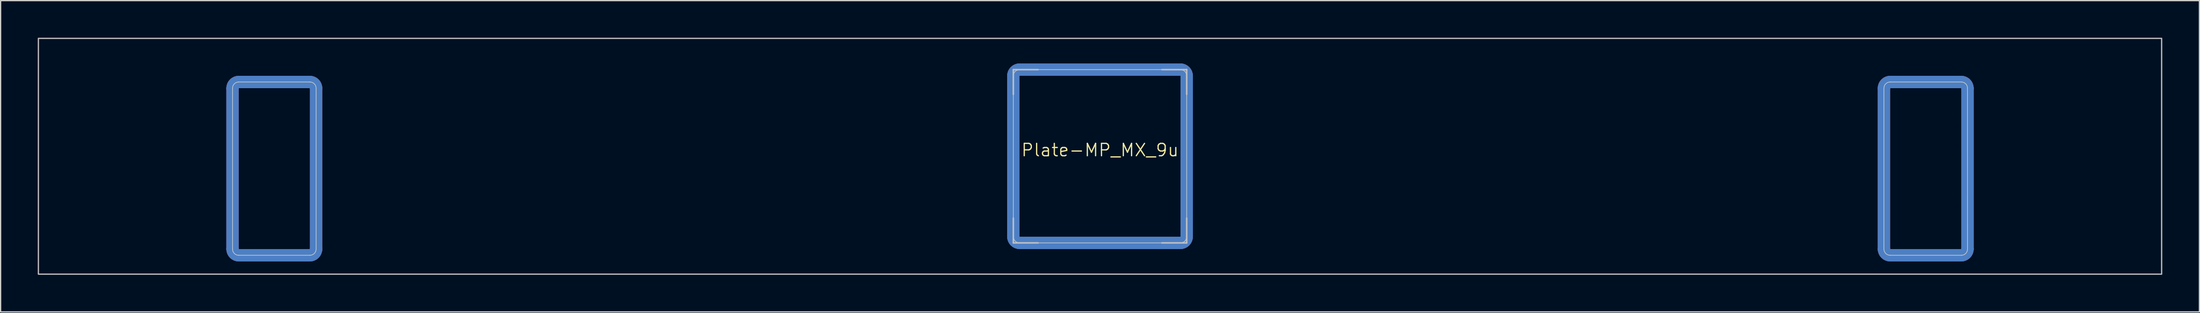
<source format=kicad_pcb>
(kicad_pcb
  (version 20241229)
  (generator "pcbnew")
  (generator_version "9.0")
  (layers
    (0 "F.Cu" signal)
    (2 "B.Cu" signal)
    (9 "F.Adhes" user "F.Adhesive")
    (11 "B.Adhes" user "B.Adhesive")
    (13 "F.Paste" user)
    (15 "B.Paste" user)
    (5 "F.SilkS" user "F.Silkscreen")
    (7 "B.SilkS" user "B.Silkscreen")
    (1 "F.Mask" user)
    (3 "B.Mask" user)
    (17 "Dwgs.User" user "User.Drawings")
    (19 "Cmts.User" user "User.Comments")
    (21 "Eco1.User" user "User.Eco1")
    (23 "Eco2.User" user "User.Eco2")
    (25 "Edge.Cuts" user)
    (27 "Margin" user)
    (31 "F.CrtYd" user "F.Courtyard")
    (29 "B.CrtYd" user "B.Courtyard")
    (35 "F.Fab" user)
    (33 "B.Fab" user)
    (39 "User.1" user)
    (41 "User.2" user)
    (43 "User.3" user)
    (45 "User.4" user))
  (footprint "Plate-MP_MX_9u"
    (layer "F.Cu")
    (at 85.775 9.575)
    (property "Reference" "Plate-MP_MX_9u" (at 0 -0.5 0) (unlocked yes) (layer "F.SilkS") (effects (font (size 1 1) (thickness 0.1))))
    (attr exclude_from_pos_files exclude_from_bom allow_missing_courtyard)
    (fp_line (start -70.05 -5.5) (end -70.05 7.5) (stroke (width 1) (type solid)) (layer "F.Cu"))
    (fp_line (start -63.8 -6) (end -69.55 -6) (stroke (width 1) (type solid)) (layer "F.Cu"))
    (fp_line (start -63.8 8) (end -69.55 8) (stroke (width 1) (type solid)) (layer "F.Cu"))
    (fp_line (start -63.3 -5.5) (end -63.3 7.5) (stroke (width 1) (type solid)) (layer "F.Cu"))
    (fp_line (start -7 -6.5) (end -7 6.5) (stroke (width 1) (type solid)) (layer "F.Cu"))
    (fp_line (start -6.5 7) (end 6.5 7) (stroke (width 1) (type solid)) (layer "F.Cu"))
    (fp_line (start 6.5 -7) (end -6.5 -7) (stroke (width 1) (type solid)) (layer "F.Cu"))
    (fp_line (start 7 6.5) (end 7 -6.5) (stroke (width 1) (type solid)) (layer "F.Cu"))
    (fp_line (start 63.3 -5.5) (end 63.3 7.5) (stroke (width 1) (type solid)) (layer "F.Cu"))
    (fp_line (start 69.55 -6) (end 63.8 -6) (stroke (width 1) (type solid)) (layer "F.Cu"))
    (fp_line (start 69.55 8) (end 63.8 8) (stroke (width 1) (type solid)) (layer "F.Cu"))
    (fp_line (start 70.05 -5.5) (end 70.05 7.5) (stroke (width 1) (type solid)) (layer "F.Cu"))
    (fp_arc (start -70.05 -5.499999) (mid -69.903553 -5.853552) (end -69.55 -5.999999) (stroke (width 1) (type solid)) (layer "F.Cu"))
    (fp_arc (start -69.55 8.000001) (mid -69.903554 7.853555) (end -70.05 7.500001) (stroke (width 1) (type solid)) (layer "F.Cu"))
    (fp_arc (start -63.8 -5.999999) (mid -63.446447 -5.853552) (end -63.3 -5.499999) (stroke (width 1) (type solid)) (layer "F.Cu"))
    (fp_arc (start -63.3 7.500001) (mid -63.446447 7.853554) (end -63.8 8.000001) (stroke (width 1) (type solid)) (layer "F.Cu"))
    (fp_arc (start -7 -6.5) (mid -6.853554 -6.853554) (end -6.5 -7) (stroke (width 1) (type solid)) (layer "F.Cu"))
    (fp_arc (start -6.497236 6.998884) (mid -6.85079 6.852438) (end -6.997236 6.498884) (stroke (width 1) (type solid)) (layer "F.Cu"))
    (fp_arc (start 6.5 -7) (mid 6.853554 -6.853554) (end 7 -6.5) (stroke (width 1) (type solid)) (layer "F.Cu"))
    (fp_arc (start 7 6.5) (mid 6.853554 6.853554) (end 6.5 7) (stroke (width 1) (type solid)) (layer "F.Cu"))
    (fp_arc (start 63.3 -5.499999) (mid 63.446447 -5.853552) (end 63.8 -5.999999) (stroke (width 1) (type solid)) (layer "F.Cu"))
    (fp_arc (start 63.8 8.000001) (mid 63.446446 7.853555) (end 63.3 7.500001) (stroke (width 1) (type solid)) (layer "F.Cu"))
    (fp_arc (start 69.55 -5.999999) (mid 69.903553 -5.853552) (end 70.05 -5.499999) (stroke (width 1) (type solid)) (layer "F.Cu"))
    (fp_arc (start 70.05 7.500001) (mid 69.903553 7.853554) (end 69.55 8.000001) (stroke (width 1) (type solid)) (layer "F.Cu"))
    (fp_line (start -70.05 -5.5) (end -70.05 7.5) (stroke (width 1.1) (type solid)) (layer "F.Mask"))
    (fp_line (start -69.55 -6) (end -63.8 -6) (stroke (width 1.1) (type solid)) (layer "F.Mask"))
    (fp_line (start -69.55 8) (end -63.8 8) (stroke (width 1.1) (type solid)) (layer "F.Mask"))
    (fp_line (start -63.3 -5.5) (end -63.3 7.5) (stroke (width 1.1) (type solid)) (layer "F.Mask"))
    (fp_line (start -7 -6.5) (end -7 6.5) (stroke (width 1.1) (type solid)) (layer "F.Mask"))
    (fp_line (start -6.5 7) (end 6.5 7) (stroke (width 1.1) (type solid)) (layer "F.Mask"))
    (fp_line (start 6.5 -7) (end -6.5 -7) (stroke (width 1.1) (type solid)) (layer "F.Mask"))
    (fp_line (start 7 6.5) (end 7 -6.5) (stroke (width 1.1) (type solid)) (layer "F.Mask"))
    (fp_line (start 63.3 -5.5) (end 63.3 7.5) (stroke (width 1.1) (type solid)) (layer "F.Mask"))
    (fp_line (start 63.8 -6) (end 69.55 -6) (stroke (width 1.1) (type solid)) (layer "F.Mask"))
    (fp_line (start 63.8 8) (end 69.55 8) (stroke (width 1.1) (type solid)) (layer "F.Mask"))
    (fp_line (start 70.05 -5.5) (end 70.05 7.5) (stroke (width 1.1) (type solid)) (layer "F.Mask"))
    (fp_arc (start -70.05 -5.499999) (mid -69.903553 -5.853552) (end -69.55 -5.999999) (stroke (width 1.1) (type solid)) (layer "F.Mask"))
    (fp_arc (start -69.55 8.000001) (mid -69.903553 7.853554) (end -70.05 7.500001) (stroke (width 1.1) (type solid)) (layer "F.Mask"))
    (fp_arc (start -63.8 -5.999999) (mid -63.446447 -5.853552) (end -63.3 -5.499999) (stroke (width 1.1) (type solid)) (layer "F.Mask"))
    (fp_arc (start -63.3 7.500001) (mid -63.446447 7.853554) (end -63.8 8.000001) (stroke (width 1.1) (type solid)) (layer "F.Mask"))
    (fp_arc (start -7 -6.5) (mid -6.853554 -6.853554) (end -6.5 -7) (stroke (width 1.1) (type solid)) (layer "F.Mask"))
    (fp_arc (start -6.497236 6.998884) (mid -6.85079 6.852438) (end -6.997236 6.498884) (stroke (width 1.1) (type solid)) (layer "F.Mask"))
    (fp_arc (start 6.5 -7) (mid 6.853554 -6.853554) (end 7 -6.5) (stroke (width 1.1) (type solid)) (layer "F.Mask"))
    (fp_arc (start 7 6.5) (mid 6.853554 6.853554) (end 6.5 7) (stroke (width 1.1) (type solid)) (layer "F.Mask"))
    (fp_arc (start 63.3 -5.499999) (mid 63.446447 -5.853552) (end 63.8 -5.999999) (stroke (width 1.1) (type solid)) (layer "F.Mask"))
    (fp_arc (start 63.8 8.000001) (mid 63.446447 7.853554) (end 63.3 7.500001) (stroke (width 1.1) (type solid)) (layer "F.Mask"))
    (fp_arc (start 69.55 -5.999999) (mid 69.903553 -5.853552) (end 70.05 -5.499999) (stroke (width 1.1) (type solid)) (layer "F.Mask"))
    (fp_arc (start 70.05 7.500001) (mid 69.903553 7.853554) (end 69.55 8.000001) (stroke (width 1.1) (type solid)) (layer "F.Mask"))
    (fp_line (start -70.05 -5.5) (end -70.05 7.5) (stroke (width 1) (type solid)) (layer "B.Cu"))
    (fp_line (start -69.55 -6) (end -63.8 -6) (stroke (width 1) (type solid)) (layer "B.Cu"))
    (fp_line (start -69.55 8) (end -63.8 8) (stroke (width 1) (type solid)) (layer "B.Cu"))
    (fp_line (start -63.3 -5.5) (end -63.3 7.5) (stroke (width 1) (type solid)) (layer "B.Cu"))
    (fp_line (start -7 6.5) (end -7 -6.5) (stroke (width 1) (type solid)) (layer "B.Cu"))
    (fp_line (start -6.5 -7) (end 6.5 -7) (stroke (width 1) (type solid)) (layer "B.Cu"))
    (fp_line (start 6.5 7) (end -6.5 7) (stroke (width 1) (type solid)) (layer "B.Cu"))
    (fp_line (start 7 -6.5) (end 7 6.5) (stroke (width 1) (type solid)) (layer "B.Cu"))
    (fp_line (start 63.3 -5.5) (end 63.3 7.5) (stroke (width 1) (type solid)) (layer "B.Cu"))
    (fp_line (start 63.8 -6) (end 69.55 -6) (stroke (width 1) (type solid)) (layer "B.Cu"))
    (fp_line (start 63.8 8) (end 69.55 8) (stroke (width 1) (type solid)) (layer "B.Cu"))
    (fp_line (start 70.05 -5.5) (end 70.05 7.5) (stroke (width 1) (type solid)) (layer "B.Cu"))
    (fp_arc (start -70.05 -5.499999) (mid -69.903553 -5.853552) (end -69.55 -5.999999) (stroke (width 1) (type solid)) (layer "B.Cu"))
    (fp_arc (start -69.55 8.000001) (mid -69.903553 7.853554) (end -70.05 7.500001) (stroke (width 1) (type solid)) (layer "B.Cu"))
    (fp_arc (start -63.8 -5.999999) (mid -63.446447 -5.853552) (end -63.3 -5.499999) (stroke (width 1) (type solid)) (layer "B.Cu"))
    (fp_arc (start -63.3 7.500001) (mid -63.446447 7.853554) (end -63.8 8.000001) (stroke (width 1) (type solid)) (layer "B.Cu"))
    (fp_arc (start -7 -6.5) (mid -6.853553 -6.853553) (end -6.5 -7) (stroke (width 1) (type solid)) (layer "B.Cu"))
    (fp_arc (start -6.5 7) (mid -6.853553 6.853553) (end -7 6.5) (stroke (width 1) (type solid)) (layer "B.Cu"))
    (fp_arc (start 6.5 -7) (mid 6.853554 -6.853554) (end 7 -6.5) (stroke (width 1) (type solid)) (layer "B.Cu"))
    (fp_arc (start 6.997236 6.498884) (mid 6.85079 6.852438) (end 6.497236 6.998884) (stroke (width 1) (type solid)) (layer "B.Cu"))
    (fp_arc (start 63.3 -5.499999) (mid 63.446447 -5.853552) (end 63.8 -5.999999) (stroke (width 1) (type solid)) (layer "B.Cu"))
    (fp_arc (start 63.8 8.000001) (mid 63.446447 7.853554) (end 63.3 7.500001) (stroke (width 1) (type solid)) (layer "B.Cu"))
    (fp_arc (start 69.55 -5.999999) (mid 69.903553 -5.853552) (end 70.05 -5.499999) (stroke (width 1) (type solid)) (layer "B.Cu"))
    (fp_arc (start 70.05 7.500001) (mid 69.903553 7.853554) (end 69.55 8.000001) (stroke (width 1) (type solid)) (layer "B.Cu"))
    (fp_line (start -70.05 -5.5) (end -70.05 7.5) (stroke (width 1.1) (type solid)) (layer "B.Mask"))
    (fp_line (start -63.8 -6) (end -69.55 -6) (stroke (width 1.1) (type solid)) (layer "B.Mask"))
    (fp_line (start -63.8 8) (end -69.55 8) (stroke (width 1.1) (type solid)) (layer "B.Mask"))
    (fp_line (start -63.3 -5.5) (end -63.3 7.5) (stroke (width 1.1) (type solid)) (layer "B.Mask"))
    (fp_line (start -7 6.5) (end -7 -6.5) (stroke (width 1.1) (type solid)) (layer "B.Mask"))
    (fp_line (start -6.5 -7) (end 6.5 -7) (stroke (width 1.1) (type solid)) (layer "B.Mask"))
    (fp_line (start 6.5 7) (end -6.5 7) (stroke (width 1.1) (type solid)) (layer "B.Mask"))
    (fp_line (start 7 -6.5) (end 7 6.5) (stroke (width 1.1) (type solid)) (layer "B.Mask"))
    (fp_line (start 63.3 -5.5) (end 63.3 7.5) (stroke (width 1.1) (type solid)) (layer "B.Mask"))
    (fp_line (start 69.55 -6) (end 63.8 -6) (stroke (width 1.1) (type solid)) (layer "B.Mask"))
    (fp_line (start 69.55 8) (end 63.8 8) (stroke (width 1.1) (type solid)) (layer "B.Mask"))
    (fp_line (start 70.05 -5.5) (end 70.05 7.5) (stroke (width 1.1) (type solid)) (layer "B.Mask"))
    (fp_arc (start -70.05 -5.499999) (mid -69.903553 -5.853552) (end -69.55 -5.999999) (stroke (width 1.1) (type solid)) (layer "B.Mask"))
    (fp_arc (start -69.55 8.000001) (mid -69.903553 7.853554) (end -70.05 7.500001) (stroke (width 1.1) (type solid)) (layer "B.Mask"))
    (fp_arc (start -63.8 -5.999999) (mid -63.446447 -5.853552) (end -63.3 -5.499999) (stroke (width 1.1) (type solid)) (layer "B.Mask"))
    (fp_arc (start -63.3 7.500001) (mid -63.446447 7.853554) (end -63.8 8.000001) (stroke (width 1.1) (type solid)) (layer "B.Mask"))
    (fp_arc (start -7 -6.5) (mid -6.853553 -6.853553) (end -6.5 -7) (stroke (width 1.1) (type solid)) (layer "B.Mask"))
    (fp_arc (start -6.5 7) (mid -6.853553 6.853553) (end -7 6.5) (stroke (width 1.1) (type solid)) (layer "B.Mask"))
    (fp_arc (start 6.5 -7) (mid 6.853554 -6.853554) (end 7 -6.5) (stroke (width 1.1) (type solid)) (layer "B.Mask"))
    (fp_arc (start 6.997236 6.498884) (mid 6.85079 6.852438) (end 6.497236 6.998884) (stroke (width 1.1) (type solid)) (layer "B.Mask"))
    (fp_arc (start 63.3 -5.499999) (mid 63.446447 -5.853552) (end 63.8 -5.999999) (stroke (width 1.1) (type solid)) (layer "B.Mask"))
    (fp_arc (start 63.8 8.000001) (mid 63.446447 7.853554) (end 63.3 7.500001) (stroke (width 1.1) (type solid)) (layer "B.Mask"))
    (fp_arc (start 69.55 -5.999999) (mid 69.903553 -5.853552) (end 70.05 -5.499999) (stroke (width 1.1) (type solid)) (layer "B.Mask"))
    (fp_arc (start 70.05 7.500001) (mid 69.903553 7.853554) (end 69.55 8.000001) (stroke (width 1.1) (type solid)) (layer "B.Mask"))
    (fp_line (start -7 -7) (end -5 -7) (stroke (width 0.12) (type solid)) (layer "Dwgs.User"))
    (fp_line (start -7 -5) (end -7 -7) (stroke (width 0.12) (type solid)) (layer "Dwgs.User"))
    (fp_line (start -7 7) (end -7 5) (stroke (width 0.12) (type solid)) (layer "Dwgs.User"))
    (fp_line (start -5 7) (end -7 7) (stroke (width 0.12) (type solid)) (layer "Dwgs.User"))
    (fp_line (start 5 -7) (end 7 -7) (stroke (width 0.12) (type solid)) (layer "Dwgs.User"))
    (fp_line (start 5 7) (end 7 7) (stroke (width 0.12) (type solid)) (layer "Dwgs.User"))
    (fp_line (start 7 -7) (end 7 -5) (stroke (width 0.12) (type solid)) (layer "Dwgs.User"))
    (fp_line (start 7 7) (end 7 5) (stroke (width 0.12) (type solid)) (layer "Dwgs.User"))
    (fp_rect (start -85.725 -9.525) (end 85.725 9.525) (stroke (width 0.1) (type solid)) (fill no) (layer "Dwgs.User"))
    (fp_line (start -70.05 -5.5) (end -70.05 7.5) (stroke (width 0.05) (type solid)) (layer "Edge.Cuts"))
    (fp_line (start -69.55 -6) (end -63.8 -6) (stroke (width 0.05) (type solid)) (layer "Edge.Cuts"))
    (fp_line (start -69.55 8) (end -63.8 8) (stroke (width 0.05) (type solid)) (layer "Edge.Cuts"))
    (fp_line (start -63.3 -5.5) (end -63.3 7.5) (stroke (width 0.05) (type solid)) (layer "Edge.Cuts"))
    (fp_line (start -7 -6.5) (end -7 6.5) (stroke (width 0.05) (type solid)) (layer "Edge.Cuts"))
    (fp_line (start -6.5 7) (end 6.5 7) (stroke (width 0.05) (type solid)) (layer "Edge.Cuts"))
    (fp_line (start 6.5 -7) (end -6.5 -7) (stroke (width 0.05) (type solid)) (layer "Edge.Cuts"))
    (fp_line (start 7 6.5) (end 7 -6.5) (stroke (width 0.05) (type solid)) (layer "Edge.Cuts"))
    (fp_line (start 63.301 -5.5) (end 63.301 7.5) (stroke (width 0.05) (type solid)) (layer "Edge.Cuts"))
    (fp_line (start 63.801 -6) (end 69.549 -6) (stroke (width 0.05) (type solid)) (layer "Edge.Cuts"))
    (fp_line (start 63.801 8) (end 69.551 8) (stroke (width 0.05) (type solid)) (layer "Edge.Cuts"))
    (fp_line (start 70.049 -5.5) (end 70.051 7.5) (stroke (width 0.05) (type solid)) (layer "Edge.Cuts"))
    (fp_arc (start -70.05 -5.499999) (mid -69.903553 -5.853552) (end -69.55 -5.999999) (stroke (width 0.05) (type solid)) (layer "Edge.Cuts"))
    (fp_arc (start -69.55 8.000001) (mid -69.903553 7.853554) (end -70.05 7.500001) (stroke (width 0.05) (type solid)) (layer "Edge.Cuts"))
    (fp_arc (start -63.8 -5.999999) (mid -63.446447 -5.853552) (end -63.3 -5.499999) (stroke (width 0.05) (type solid)) (layer "Edge.Cuts"))
    (fp_arc (start -63.3 7.500001) (mid -63.446447 7.853554) (end -63.8 8.000001) (stroke (width 0.05) (type solid)) (layer "Edge.Cuts"))
    (fp_arc (start -7 -6.5) (mid -6.853553 -6.853553) (end -6.5 -7) (stroke (width 0.05) (type solid)) (layer "Edge.Cuts"))
    (fp_arc (start -6.497236 6.998884) (mid -6.850789 6.852437) (end -6.997236 6.498884) (stroke (width 0.05) (type solid)) (layer "Edge.Cuts"))
    (fp_arc (start 6.5 -7) (mid 6.853554 -6.853554) (end 7 -6.5) (stroke (width 0.05) (type solid)) (layer "Edge.Cuts"))
    (fp_arc (start 7 6.5) (mid 6.853554 6.853554) (end 6.5 7) (stroke (width 0.05) (type solid)) (layer "Edge.Cuts"))
    (fp_arc (start 63.300605 -5.499999) (mid 63.447052 -5.853551) (end 63.800605 -5.999999) (stroke (width 0.05) (type solid)) (layer "Edge.Cuts"))
    (fp_arc (start 63.800605 8.000001) (mid 63.447048 7.853556) (end 63.300605 7.500001) (stroke (width 0.05) (type solid)) (layer "Edge.Cuts"))
    (fp_arc (start 69.549394 -5.999999) (mid 69.902951 -5.853554) (end 70.049394 -5.499999) (stroke (width 0.05) (type solid)) (layer "Edge.Cuts"))
    (fp_arc (start 70.050605 7.500001) (mid 69.904158 7.853556) (end 69.550605 8.000001) (stroke (width 0.05) (type solid)) (layer "Edge.Cuts")))
  (gr_rect
    (start -3 -3)
    (end 174.55 22.15)
    (stroke (width 0.1) (type default))
    (fill no)
    (layer "Edge.Cuts")))
</source>
